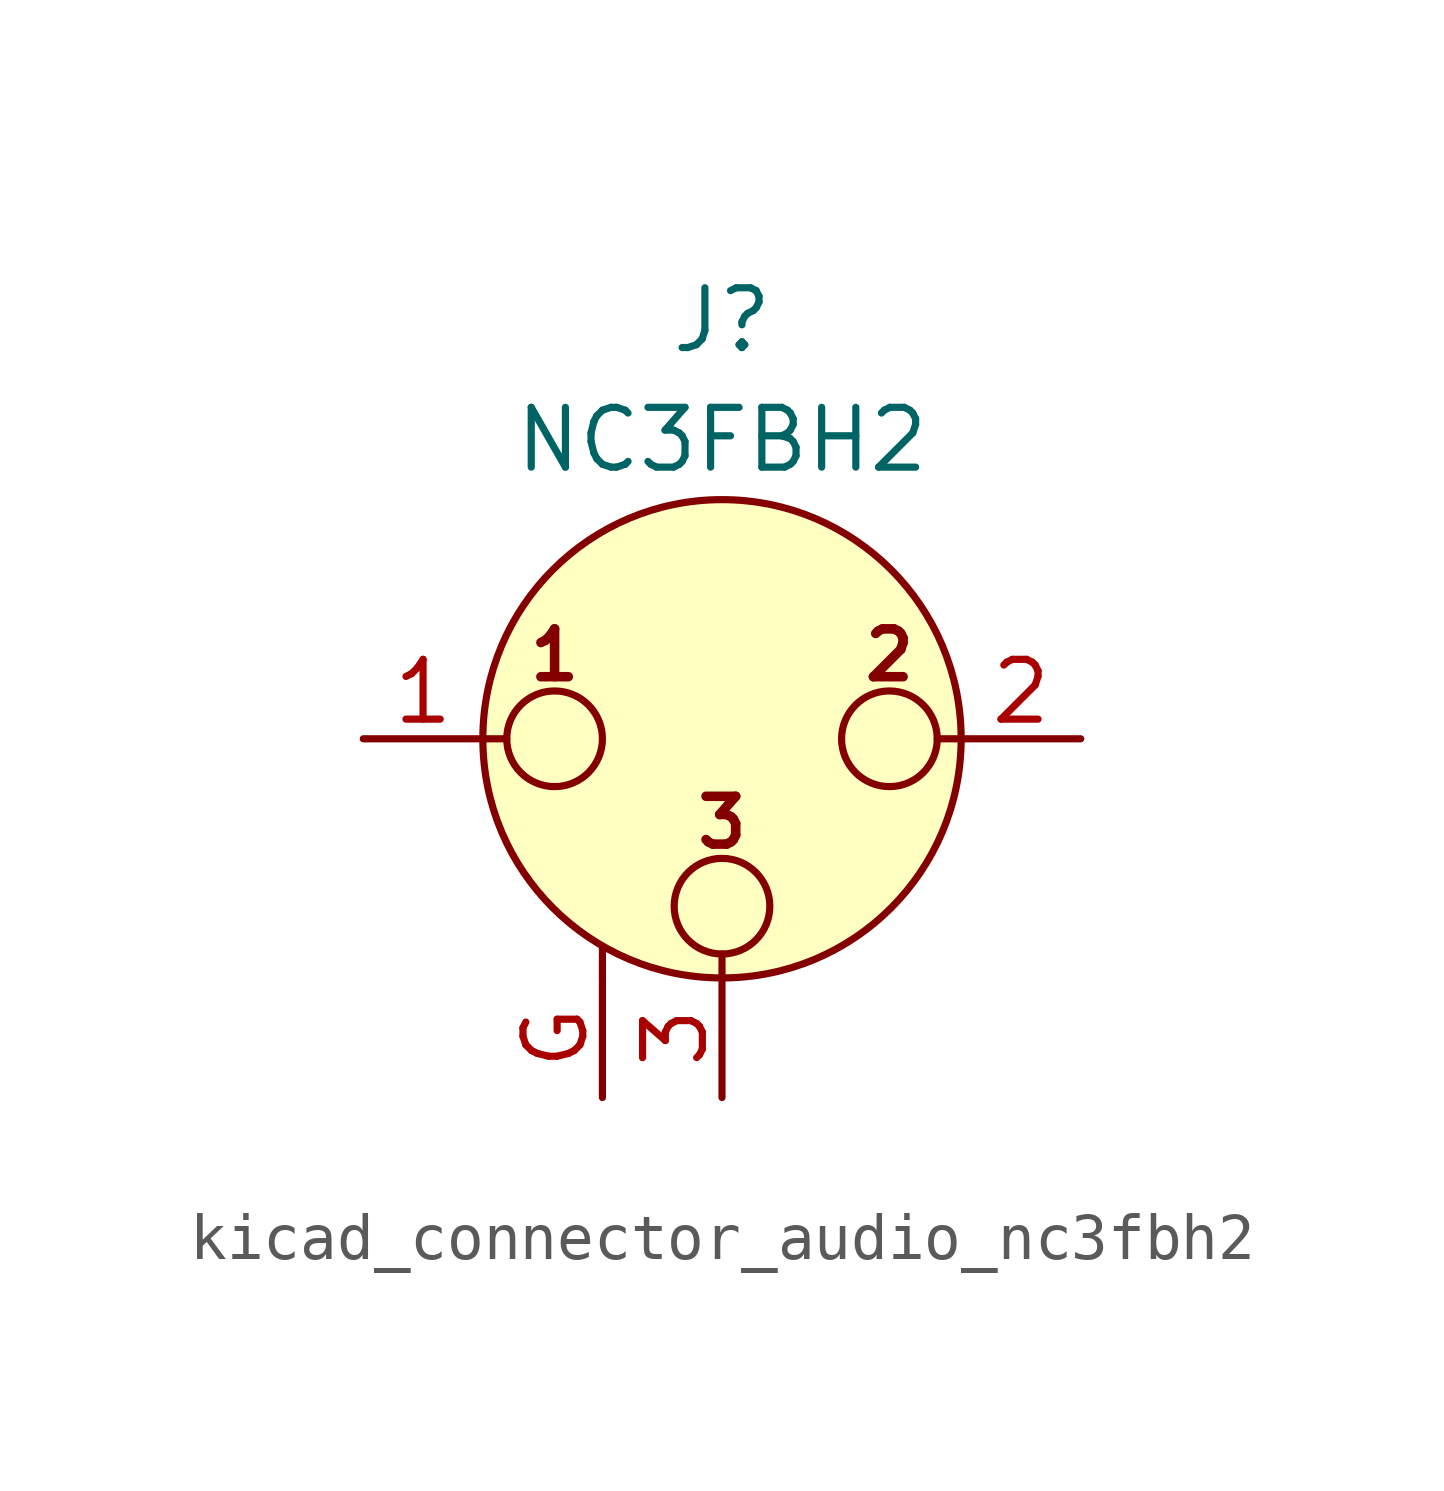
<source format=kicad_sym>
(kicad_symbol_lib
  (version 20220914)
  (generator kicad_symbol_editor)
  (symbol "kicad_connector_audio_nc3fbh2"
    (pin_names hide)
    (property "Reference" "J"
      (at 0 8.89 0)
      (effects (font (size 1.27 1.27))))
    (property "Value" "NC3FBH2"
      (at 0 6.35 0)
      (effects (font (size 1.27 1.27))))
    (symbol "kicad_connector_audio_nc3fbh2_0_1"
      (circle (center -3.556 0) (radius 1.016) (stroke (width 0) (type default)) (fill (type none)))
      (circle (center 0 -3.556) (radius 1.016) (stroke (width 0) (type default)) (fill (type none)))
      (polyline (pts (xy -5.08 0) (xy -4.572 0)) (stroke (width 0) (type default)) (fill (type none)))
      (polyline (pts (xy -2.54 -5.08) (xy -2.54 -4.445)) (stroke (width 0) (type default)) (fill (type none)))
      (polyline (pts (xy 0 -5.08) (xy 0 -4.572)) (stroke (width 0) (type default)) (fill (type none)))
      (polyline (pts (xy 5.08 0) (xy 4.572 0)) (stroke (width 0) (type default)) (fill (type none)))
      (circle (center 0 0) (radius 5.08) (stroke (width 0) (type default)) (fill (type background)))
      (circle (center 3.556 0) (radius 1.016) (stroke (width 0) (type default)) (fill (type none)))
      (text "1" (at -3.556 1.778 0) (effects (font (size 1.016 1.016) bold)))
      (text "2" (at 3.556 1.778 0) (effects (font (size 1.016 1.016) bold)))
      (text "3" (at 0 -1.778 0) (effects (font (size 1.016 1.016) bold)))
      (pin passive line (at -7.62 0 0) (length 2.54) (name "~" (effects (font (size 1.27 1.27)))) (number "1" (effects (font (size 1.27 1.27)))))
      (pin passive line (at 7.62 0 180) (length 2.54) (name "~" (effects (font (size 1.27 1.27)))) (number "2" (effects (font (size 1.27 1.27)))))
      (pin passive line (at 0 -7.62 90) (length 2.54) (name "~" (effects (font (size 1.27 1.27)))) (number "3" (effects (font (size 1.27 1.27))))))
    (symbol "kicad_connector_audio_nc3fbh2_1_1"
      (pin passive line (at -2.54 -7.62 90) (length 2.54) (name "~" (effects (font (size 1.27 1.27)))) (number "G" (effects (font (size 1.27 1.27))))))))
</source>
